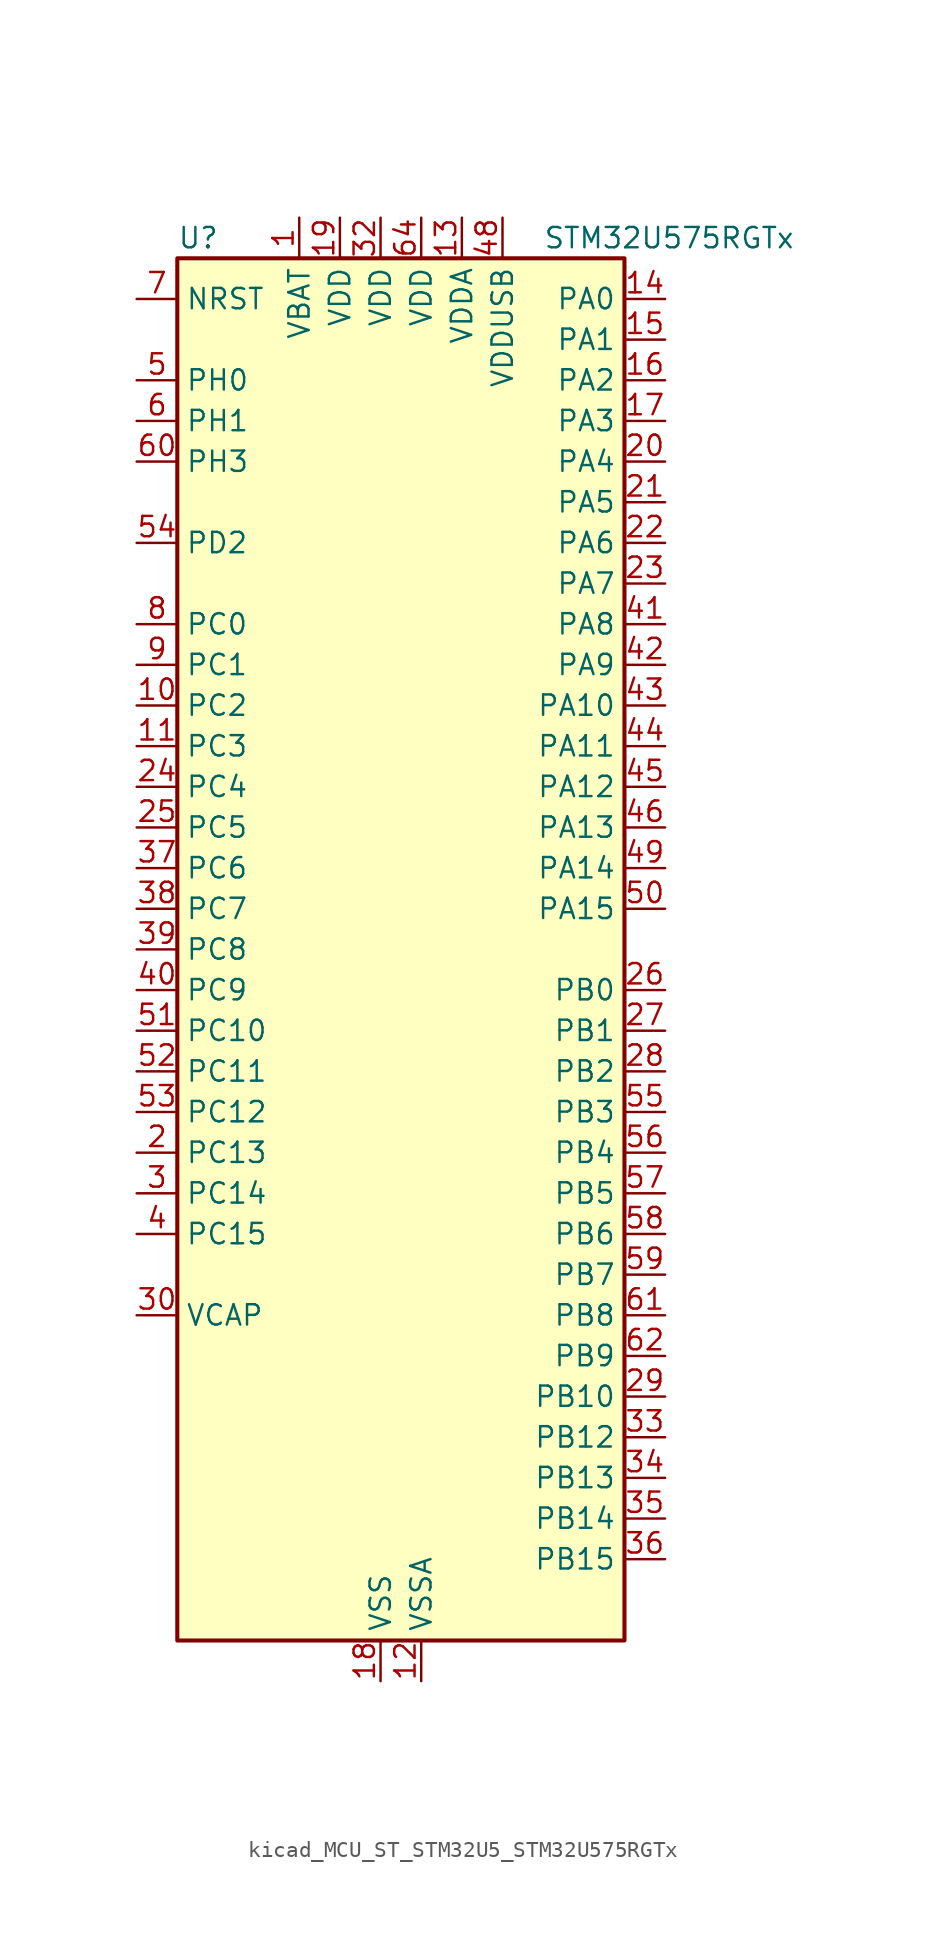
<source format=kicad_sym>
(kicad_symbol_lib
  (version 20220914)
  (generator kicad_symbol_editor)
  (symbol "kicad_MCU_ST_STM32U5_STM32U575RGTx"
    (property "Reference" "U"
      (at -12.7 44.45 0)
      (effects (font (size 1.27 1.27)) (justify left)))
    (property "Value" "STM32U575RGTx"
      (at 10.16 44.45 0)
      (effects (font (size 1.27 1.27)) (justify left)))
    (property "ki_locked" ""
      (at 0 0 0)
      (effects (font (size 1.27 1.27))))
    (symbol "kicad_MCU_ST_STM32U5_STM32U575RGTx_0_1"
      (rectangle (start -12.7 -43.18) (end 15.24 43.18) (stroke (width 0.254) (type default)) (fill (type background))))
    (symbol "kicad_MCU_ST_STM32U5_STM32U575RGTx_1_1"
      (pin power_in line (at -5.08 45.72 270) (length 2.54) (name "VBAT" (effects (font (size 1.27 1.27)))) (number "1" (effects (font (size 1.27 1.27)))))
      (pin bidirectional line (at -15.24 15.24 0) (length 2.54) (name "PC2" (effects (font (size 1.27 1.27)))) (number "10" (effects (font (size 1.27 1.27)))) (alternate "ADC1_IN3" bidirectional line) (alternate "ADC4_IN3" bidirectional line) (alternate "LPTIM1_IN2" bidirectional line) (alternate "MDF1_CCK1" bidirectional line) (alternate "OCTOSPIM_P1_IO5" bidirectional line) (alternate "SPI2_MISO" bidirectional line))
      (pin bidirectional line (at -15.24 12.7 0) (length 2.54) (name "PC3" (effects (font (size 1.27 1.27)))) (number "11" (effects (font (size 1.27 1.27)))) (alternate "ADC1_IN4" bidirectional line) (alternate "ADC4_IN4" bidirectional line) (alternate "LPTIM1_ETR" bidirectional line) (alternate "LPTIM2_ETR" bidirectional line) (alternate "LPTIM3_CH1" bidirectional line) (alternate "OCTOSPIM_P1_IO6" bidirectional line) (alternate "SAI1_D1" bidirectional line) (alternate "SAI1_SD_A" bidirectional line) (alternate "SPI2_MOSI" bidirectional line))
      (pin power_in line (at 2.54 -45.72 90) (length 2.54) (name "VSSA" (effects (font (size 1.27 1.27)))) (number "12" (effects (font (size 1.27 1.27)))))
      (pin power_in line (at 5.08 45.72 270) (length 2.54) (name "VDDA" (effects (font (size 1.27 1.27)))) (number "13" (effects (font (size 1.27 1.27)))))
      (pin bidirectional line (at 17.78 40.64 180) (length 2.54) (name "PA0" (effects (font (size 1.27 1.27)))) (number "14" (effects (font (size 1.27 1.27)))) (alternate "ADC1_IN5" bidirectional line) (alternate "AUDIOCLK" bidirectional line) (alternate "OCTOSPIM_P2_NCS" bidirectional line) (alternate "OPAMP1_VINP" bidirectional line) (alternate "PWR_WKUP1" bidirectional line) (alternate "SDMMC2_CMD" bidirectional line) (alternate "SPI3_RDY" bidirectional line) (alternate "TAMP_IN2" bidirectional line) (alternate "TAMP_OUT1" bidirectional line) (alternate "TIM2_CH1" bidirectional line) (alternate "TIM2_ETR" bidirectional line) (alternate "TIM5_CH1" bidirectional line) (alternate "TIM8_ETR" bidirectional line) (alternate "UART4_TX" bidirectional line) (alternate "USART2_CTS" bidirectional line))
      (pin bidirectional line (at 17.78 38.1 180) (length 2.54) (name "PA1" (effects (font (size 1.27 1.27)))) (number "15" (effects (font (size 1.27 1.27)))) (alternate "ADC1_IN6" bidirectional line) (alternate "I2C1_SMBA" bidirectional line) (alternate "LPTIM1_CH2" bidirectional line) (alternate "OCTOSPIM_P1_DQS" bidirectional line) (alternate "OPAMP1_VINM" bidirectional line) (alternate "PWR_WKUP3" bidirectional line) (alternate "SPI1_SCK" bidirectional line) (alternate "TAMP_IN5" bidirectional line) (alternate "TAMP_OUT4" bidirectional line) (alternate "TIM15_CH1N" bidirectional line) (alternate "TIM2_CH2" bidirectional line) (alternate "TIM5_CH2" bidirectional line) (alternate "UART4_RX" bidirectional line) (alternate "USART2_DE" bidirectional line) (alternate "USART2_RTS" bidirectional line))
      (pin bidirectional line (at 17.78 35.56 180) (length 2.54) (name "PA2" (effects (font (size 1.27 1.27)))) (number "16" (effects (font (size 1.27 1.27)))) (alternate "ADC1_IN7" bidirectional line) (alternate "COMP1_INP" bidirectional line) (alternate "LPUART1_TX" bidirectional line) (alternate "OCTOSPIM_P1_NCS" bidirectional line) (alternate "PWR_WKUP4" bidirectional line) (alternate "RCC_LSCO" bidirectional line) (alternate "SPI1_RDY" bidirectional line) (alternate "TIM15_CH1" bidirectional line) (alternate "TIM2_CH3" bidirectional line) (alternate "TIM5_CH3" bidirectional line) (alternate "UCPD1_FRSTX1" bidirectional line) (alternate "USART2_TX" bidirectional line))
      (pin bidirectional line (at 17.78 33.02 180) (length 2.54) (name "PA3" (effects (font (size 1.27 1.27)))) (number "17" (effects (font (size 1.27 1.27)))) (alternate "ADC1_IN8" bidirectional line) (alternate "LPUART1_RX" bidirectional line) (alternate "OCTOSPIM_P1_CLK" bidirectional line) (alternate "OPAMP1_VOUT" bidirectional line) (alternate "PWR_WKUP5" bidirectional line) (alternate "SAI1_CK1" bidirectional line) (alternate "SAI1_MCLK_A" bidirectional line) (alternate "TIM15_CH2" bidirectional line) (alternate "TIM2_CH4" bidirectional line) (alternate "TIM5_CH4" bidirectional line) (alternate "USART2_RX" bidirectional line))
      (pin power_in line (at 0 -45.72 90) (length 2.54) (name "VSS" (effects (font (size 1.27 1.27)))) (number "18" (effects (font (size 1.27 1.27)))))
      (pin power_in line (at -2.54 45.72 270) (length 2.54) (name "VDD" (effects (font (size 1.27 1.27)))) (number "19" (effects (font (size 1.27 1.27)))))
      (pin bidirectional line (at -15.24 -12.7 0) (length 2.54) (name "PC13" (effects (font (size 1.27 1.27)))) (number "2" (effects (font (size 1.27 1.27)))) (alternate "PWR_WKUP2" bidirectional line) (alternate "RTC_OUT1" bidirectional line) (alternate "RTC_TS" bidirectional line) (alternate "TAMP_IN1" bidirectional line) (alternate "TAMP_OUT2" bidirectional line))
      (pin bidirectional line (at 17.78 30.48 180) (length 2.54) (name "PA4" (effects (font (size 1.27 1.27)))) (number "20" (effects (font (size 1.27 1.27)))) (alternate "ADC1_IN9" bidirectional line) (alternate "ADC4_IN9" bidirectional line) (alternate "DAC1_OUT1" bidirectional line) (alternate "DCMI_HSYNC" bidirectional line) (alternate "LPTIM2_CH1" bidirectional line) (alternate "OCTOSPIM_P1_NCS" bidirectional line) (alternate "PSSI_DE" bidirectional line) (alternate "PWR_WKUP2" bidirectional line) (alternate "SAI1_FS_B" bidirectional line) (alternate "SPI1_NSS" bidirectional line) (alternate "SPI3_NSS" bidirectional line) (alternate "USART2_CK" bidirectional line))
      (pin bidirectional line (at 17.78 27.94 180) (length 2.54) (name "PA5" (effects (font (size 1.27 1.27)))) (number "21" (effects (font (size 1.27 1.27)))) (alternate "ADC1_IN10" bidirectional line) (alternate "ADC4_IN10" bidirectional line) (alternate "DAC1_OUT2" bidirectional line) (alternate "LPTIM2_ETR" bidirectional line) (alternate "PSSI_D14" bidirectional line) (alternate "PWR_CSLEEP" bidirectional line) (alternate "PWR_WKUP6" bidirectional line) (alternate "SPI1_SCK" bidirectional line) (alternate "TIM2_CH1" bidirectional line) (alternate "TIM2_ETR" bidirectional line) (alternate "TIM8_CH1N" bidirectional line) (alternate "USART3_RX" bidirectional line))
      (pin bidirectional line (at 17.78 25.4 180) (length 2.54) (name "PA6" (effects (font (size 1.27 1.27)))) (number "22" (effects (font (size 1.27 1.27)))) (alternate "ADC1_IN11" bidirectional line) (alternate "ADC4_IN11" bidirectional line) (alternate "DCMI_PIXCLK" bidirectional line) (alternate "LPUART1_CTS" bidirectional line) (alternate "OCTOSPIM_P1_IO3" bidirectional line) (alternate "OPAMP2_VINP" bidirectional line) (alternate "PSSI_PDCK" bidirectional line) (alternate "PWR_CDSTOP" bidirectional line) (alternate "PWR_WKUP7" bidirectional line) (alternate "SPI1_MISO" bidirectional line) (alternate "TIM16_CH1" bidirectional line) (alternate "TIM1_BKIN" bidirectional line) (alternate "TIM3_CH1" bidirectional line) (alternate "TIM8_BKIN" bidirectional line) (alternate "USART3_CTS" bidirectional line))
      (pin bidirectional line (at 17.78 22.86 180) (length 2.54) (name "PA7" (effects (font (size 1.27 1.27)))) (number "23" (effects (font (size 1.27 1.27)))) (alternate "ADC1_IN12" bidirectional line) (alternate "ADC4_IN20" bidirectional line) (alternate "I2C3_SCL" bidirectional line) (alternate "LPTIM2_CH2" bidirectional line) (alternate "OCTOSPIM_P1_IO2" bidirectional line) (alternate "OPAMP2_VINM" bidirectional line) (alternate "PWR_SRDSTOP" bidirectional line) (alternate "PWR_WKUP8" bidirectional line) (alternate "SPI1_MOSI" bidirectional line) (alternate "TIM17_CH1" bidirectional line) (alternate "TIM1_CH1N" bidirectional line) (alternate "TIM3_CH2" bidirectional line) (alternate "TIM8_CH1N" bidirectional line) (alternate "USART3_TX" bidirectional line))
      (pin bidirectional line (at -15.24 10.16 0) (length 2.54) (name "PC4" (effects (font (size 1.27 1.27)))) (number "24" (effects (font (size 1.27 1.27)))) (alternate "ADC1_IN13" bidirectional line) (alternate "ADC4_IN22" bidirectional line) (alternate "COMP1_INM" bidirectional line) (alternate "OCTOSPIM_P1_IO7" bidirectional line) (alternate "USART3_TX" bidirectional line))
      (pin bidirectional line (at -15.24 7.62 0) (length 2.54) (name "PC5" (effects (font (size 1.27 1.27)))) (number "25" (effects (font (size 1.27 1.27)))) (alternate "ADC1_IN14" bidirectional line) (alternate "ADC4_IN23" bidirectional line) (alternate "COMP1_INP" bidirectional line) (alternate "PSSI_D15" bidirectional line) (alternate "PWR_WKUP5" bidirectional line) (alternate "SAI1_D3" bidirectional line) (alternate "TAMP_IN4" bidirectional line) (alternate "TAMP_OUT5" bidirectional line) (alternate "TIM1_CH4N" bidirectional line) (alternate "USART3_RX" bidirectional line))
      (pin bidirectional line (at 17.78 -2.54 180) (length 2.54) (name "PB0" (effects (font (size 1.27 1.27)))) (number "26" (effects (font (size 1.27 1.27)))) (alternate "ADC1_IN15" bidirectional line) (alternate "ADC4_IN18" bidirectional line) (alternate "AUDIOCLK" bidirectional line) (alternate "COMP1_OUT" bidirectional line) (alternate "LPTIM3_CH1" bidirectional line) (alternate "OCTOSPIM_P1_IO1" bidirectional line) (alternate "OPAMP2_VOUT" bidirectional line) (alternate "SPI1_NSS" bidirectional line) (alternate "TIM1_CH2N" bidirectional line) (alternate "TIM3_CH3" bidirectional line) (alternate "TIM8_CH2N" bidirectional line) (alternate "USART3_CK" bidirectional line))
      (pin bidirectional line (at 17.78 -5.08 180) (length 2.54) (name "PB1" (effects (font (size 1.27 1.27)))) (number "27" (effects (font (size 1.27 1.27)))) (alternate "ADC1_IN16" bidirectional line) (alternate "ADC4_IN19" bidirectional line) (alternate "COMP1_INM" bidirectional line) (alternate "LPTIM2_IN1" bidirectional line) (alternate "LPTIM3_CH2" bidirectional line) (alternate "LPUART1_DE" bidirectional line) (alternate "LPUART1_RTS" bidirectional line) (alternate "MDF1_SDI0" bidirectional line) (alternate "OCTOSPIM_P1_IO0" bidirectional line) (alternate "PWR_WKUP4" bidirectional line) (alternate "TIM1_CH3N" bidirectional line) (alternate "TIM3_CH4" bidirectional line) (alternate "TIM8_CH3N" bidirectional line) (alternate "USART3_DE" bidirectional line) (alternate "USART3_RTS" bidirectional line))
      (pin bidirectional line (at 17.78 -7.62 180) (length 2.54) (name "PB2" (effects (font (size 1.27 1.27)))) (number "28" (effects (font (size 1.27 1.27)))) (alternate "ADC1_IN17" bidirectional line) (alternate "COMP1_INP" bidirectional line) (alternate "I2C3_SMBA" bidirectional line) (alternate "LPTIM1_CH1" bidirectional line) (alternate "MDF1_CKI0" bidirectional line) (alternate "OCTOSPIM_P1_DQS" bidirectional line) (alternate "PWR_WKUP1" bidirectional line) (alternate "RTC_OUT2" bidirectional line) (alternate "SPI1_RDY" bidirectional line) (alternate "TIM8_CH4N" bidirectional line) (alternate "UCPD1_FRSTX1" bidirectional line))
      (pin bidirectional line (at 17.78 -27.94 180) (length 2.54) (name "PB10" (effects (font (size 1.27 1.27)))) (number "29" (effects (font (size 1.27 1.27)))) (alternate "COMP1_OUT" bidirectional line) (alternate "I2C2_SCL" bidirectional line) (alternate "I2C4_SCL" bidirectional line) (alternate "LPTIM3_CH1" bidirectional line) (alternate "LPUART1_RX" bidirectional line) (alternate "OCTOSPIM_P1_CLK" bidirectional line) (alternate "PWR_WKUP8" bidirectional line) (alternate "SAI1_SCK_A" bidirectional line) (alternate "SPI2_SCK" bidirectional line) (alternate "TIM2_CH3" bidirectional line) (alternate "TSC_SYNC" bidirectional line) (alternate "USART3_TX" bidirectional line))
      (pin bidirectional line (at -15.24 -15.24 0) (length 2.54) (name "PC14" (effects (font (size 1.27 1.27)))) (number "3" (effects (font (size 1.27 1.27)))) (alternate "RCC_OSC32_IN" bidirectional line))
      (pin power_out line (at -15.24 -22.86 0) (length 2.54) (name "VCAP" (effects (font (size 1.27 1.27)))) (number "30" (effects (font (size 1.27 1.27)))))
      (pin passive line (at 0 -45.72 90) (length 2.54) hide (name "VSS" (effects (font (size 1.27 1.27)))) (number "31" (effects (font (size 1.27 1.27)))))
      (pin power_in line (at 0 45.72 270) (length 2.54) (name "VDD" (effects (font (size 1.27 1.27)))) (number "32" (effects (font (size 1.27 1.27)))))
      (pin bidirectional line (at 17.78 -30.48 180) (length 2.54) (name "PB12" (effects (font (size 1.27 1.27)))) (number "33" (effects (font (size 1.27 1.27)))) (alternate "I2C2_SMBA" bidirectional line) (alternate "LPUART1_DE" bidirectional line) (alternate "LPUART1_RTS" bidirectional line) (alternate "MDF1_SDI1" bidirectional line) (alternate "OCTOSPIM_P1_NCLK" bidirectional line) (alternate "SPI2_NSS" bidirectional line) (alternate "TIM15_BKIN" bidirectional line) (alternate "TIM1_BKIN" bidirectional line) (alternate "TSC_G1_IO1" bidirectional line) (alternate "USART3_CK" bidirectional line))
      (pin bidirectional line (at 17.78 -33.02 180) (length 2.54) (name "PB13" (effects (font (size 1.27 1.27)))) (number "34" (effects (font (size 1.27 1.27)))) (alternate "I2C2_SCL" bidirectional line) (alternate "LPTIM3_IN1" bidirectional line) (alternate "LPUART1_CTS" bidirectional line) (alternate "MDF1_CKI1" bidirectional line) (alternate "SPI2_SCK" bidirectional line) (alternate "TIM15_CH1N" bidirectional line) (alternate "TIM1_CH1N" bidirectional line) (alternate "TSC_G1_IO2" bidirectional line) (alternate "USART3_CTS" bidirectional line))
      (pin bidirectional line (at 17.78 -35.56 180) (length 2.54) (name "PB14" (effects (font (size 1.27 1.27)))) (number "35" (effects (font (size 1.27 1.27)))) (alternate "I2C2_SDA" bidirectional line) (alternate "LPTIM3_ETR" bidirectional line) (alternate "MDF1_SDI2" bidirectional line) (alternate "SDMMC2_D0" bidirectional line) (alternate "SPI2_MISO" bidirectional line) (alternate "TIM15_CH1" bidirectional line) (alternate "TIM1_CH2N" bidirectional line) (alternate "TIM8_CH2N" bidirectional line) (alternate "TSC_G1_IO3" bidirectional line) (alternate "UCPD1_DBCC2" bidirectional line) (alternate "USART3_DE" bidirectional line) (alternate "USART3_RTS" bidirectional line))
      (pin bidirectional line (at 17.78 -38.1 180) (length 2.54) (name "PB15" (effects (font (size 1.27 1.27)))) (number "36" (effects (font (size 1.27 1.27)))) (alternate "ADC1_EXTI15" bidirectional line) (alternate "ADC4_EXTI15" bidirectional line) (alternate "LPTIM2_IN2" bidirectional line) (alternate "MDF1_CKI2" bidirectional line) (alternate "PWR_WKUP7" bidirectional line) (alternate "RTC_REFIN" bidirectional line) (alternate "SDMMC2_D1" bidirectional line) (alternate "SPI2_MOSI" bidirectional line) (alternate "TIM15_CH2" bidirectional line) (alternate "TIM1_CH3N" bidirectional line) (alternate "TIM8_CH3N" bidirectional line) (alternate "UCPD1_CC2" bidirectional line))
      (pin bidirectional line (at -15.24 5.08 0) (length 2.54) (name "PC6" (effects (font (size 1.27 1.27)))) (number "37" (effects (font (size 1.27 1.27)))) (alternate "DCMI_D0" bidirectional line) (alternate "MDF1_CKI3" bidirectional line) (alternate "PSSI_D0" bidirectional line) (alternate "PWR_CSLEEP" bidirectional line) (alternate "SDMMC1_D0DIR" bidirectional line) (alternate "SDMMC1_D6" bidirectional line) (alternate "SDMMC2_D6" bidirectional line) (alternate "TIM3_CH1" bidirectional line) (alternate "TIM8_CH1" bidirectional line) (alternate "TSC_G4_IO1" bidirectional line))
      (pin bidirectional line (at -15.24 2.54 0) (length 2.54) (name "PC7" (effects (font (size 1.27 1.27)))) (number "38" (effects (font (size 1.27 1.27)))) (alternate "DCMI_D1" bidirectional line) (alternate "LPTIM2_CH2" bidirectional line) (alternate "MDF1_SDI3" bidirectional line) (alternate "PSSI_D1" bidirectional line) (alternate "PWR_CDSTOP" bidirectional line) (alternate "SDMMC1_D123DIR" bidirectional line) (alternate "SDMMC1_D7" bidirectional line) (alternate "SDMMC2_D7" bidirectional line) (alternate "TIM3_CH2" bidirectional line) (alternate "TIM8_CH2" bidirectional line) (alternate "TSC_G4_IO2" bidirectional line))
      (pin bidirectional line (at -15.24 0 0) (length 2.54) (name "PC8" (effects (font (size 1.27 1.27)))) (number "39" (effects (font (size 1.27 1.27)))) (alternate "DCMI_D2" bidirectional line) (alternate "LPTIM3_CH1" bidirectional line) (alternate "PSSI_D2" bidirectional line) (alternate "PWR_SRDSTOP" bidirectional line) (alternate "SDMMC1_D0" bidirectional line) (alternate "TIM3_CH3" bidirectional line) (alternate "TIM8_CH3" bidirectional line) (alternate "TSC_G4_IO3" bidirectional line))
      (pin bidirectional line (at -15.24 -17.78 0) (length 2.54) (name "PC15" (effects (font (size 1.27 1.27)))) (number "4" (effects (font (size 1.27 1.27)))) (alternate "ADC1_EXTI15" bidirectional line) (alternate "ADC4_EXTI15" bidirectional line) (alternate "RCC_OSC32_OUT" bidirectional line))
      (pin bidirectional line (at -15.24 -2.54 0) (length 2.54) (name "PC9" (effects (font (size 1.27 1.27)))) (number "40" (effects (font (size 1.27 1.27)))) (alternate "DAC1_EXTI9" bidirectional line) (alternate "DCMI_D3" bidirectional line) (alternate "DEBUG_TRACED0" bidirectional line) (alternate "LPTIM3_CH2" bidirectional line) (alternate "PSSI_D3" bidirectional line) (alternate "SDMMC1_D1" bidirectional line) (alternate "TIM3_CH4" bidirectional line) (alternate "TIM8_BKIN2" bidirectional line) (alternate "TIM8_CH4" bidirectional line) (alternate "TSC_G4_IO4" bidirectional line) (alternate "USB_OTG_FS_NOE" bidirectional line))
      (pin bidirectional line (at 17.78 20.32 180) (length 2.54) (name "PA8" (effects (font (size 1.27 1.27)))) (number "41" (effects (font (size 1.27 1.27)))) (alternate "DEBUG_TRACECLK" bidirectional line) (alternate "LPTIM2_CH1" bidirectional line) (alternate "RCC_MCO" bidirectional line) (alternate "SAI1_CK2" bidirectional line) (alternate "SAI1_SCK_A" bidirectional line) (alternate "SPI1_RDY" bidirectional line) (alternate "TIM1_CH1" bidirectional line) (alternate "USART1_CK" bidirectional line) (alternate "USB_OTG_FS_SOF" bidirectional line))
      (pin bidirectional line (at 17.78 17.78 180) (length 2.54) (name "PA9" (effects (font (size 1.27 1.27)))) (number "42" (effects (font (size 1.27 1.27)))) (alternate "DAC1_EXTI9" bidirectional line) (alternate "DCMI_D0" bidirectional line) (alternate "PSSI_D0" bidirectional line) (alternate "SAI1_FS_A" bidirectional line) (alternate "SPI2_SCK" bidirectional line) (alternate "TIM15_BKIN" bidirectional line) (alternate "TIM1_CH2" bidirectional line) (alternate "USART1_TX" bidirectional line) (alternate "USB_OTG_FS_VBUS" bidirectional line))
      (pin bidirectional line (at 17.78 15.24 180) (length 2.54) (name "PA10" (effects (font (size 1.27 1.27)))) (number "43" (effects (font (size 1.27 1.27)))) (alternate "CRS_SYNC" bidirectional line) (alternate "DCMI_D1" bidirectional line) (alternate "LPTIM2_IN2" bidirectional line) (alternate "PSSI_D1" bidirectional line) (alternate "SAI1_D1" bidirectional line) (alternate "SAI1_SD_A" bidirectional line) (alternate "TIM17_BKIN" bidirectional line) (alternate "TIM1_CH3" bidirectional line) (alternate "USART1_RX" bidirectional line) (alternate "USB_OTG_FS_ID" bidirectional line))
      (pin bidirectional line (at 17.78 12.7 180) (length 2.54) (name "PA11" (effects (font (size 1.27 1.27)))) (number "44" (effects (font (size 1.27 1.27)))) (alternate "ADC1_EXTI11" bidirectional line) (alternate "FDCAN1_RX" bidirectional line) (alternate "SPI1_MISO" bidirectional line) (alternate "TIM1_BKIN2" bidirectional line) (alternate "TIM1_CH4" bidirectional line) (alternate "USART1_CTS" bidirectional line) (alternate "USB_OTG_FS_DM" bidirectional line))
      (pin bidirectional line (at 17.78 10.16 180) (length 2.54) (name "PA12" (effects (font (size 1.27 1.27)))) (number "45" (effects (font (size 1.27 1.27)))) (alternate "FDCAN1_TX" bidirectional line) (alternate "OCTOSPIM_P2_NCS" bidirectional line) (alternate "SPI1_MOSI" bidirectional line) (alternate "TIM1_ETR" bidirectional line) (alternate "USART1_DE" bidirectional line) (alternate "USART1_RTS" bidirectional line) (alternate "USB_OTG_FS_DP" bidirectional line))
      (pin bidirectional line (at 17.78 7.62 180) (length 2.54) (name "PA13" (effects (font (size 1.27 1.27)))) (number "46" (effects (font (size 1.27 1.27)))) (alternate "DEBUG_JTMS-SWDIO" bidirectional line) (alternate "IR_OUT" bidirectional line) (alternate "SAI1_SD_B" bidirectional line) (alternate "USB_OTG_FS_NOE" bidirectional line))
      (pin passive line (at 0 -45.72 90) (length 2.54) hide (name "VSS" (effects (font (size 1.27 1.27)))) (number "47" (effects (font (size 1.27 1.27)))))
      (pin power_in line (at 7.62 45.72 270) (length 2.54) (name "VDDUSB" (effects (font (size 1.27 1.27)))) (number "48" (effects (font (size 1.27 1.27)))))
      (pin bidirectional line (at 17.78 5.08 180) (length 2.54) (name "PA14" (effects (font (size 1.27 1.27)))) (number "49" (effects (font (size 1.27 1.27)))) (alternate "DEBUG_JTCK-SWCLK" bidirectional line) (alternate "I2C1_SMBA" bidirectional line) (alternate "I2C4_SMBA" bidirectional line) (alternate "LPTIM1_CH1" bidirectional line) (alternate "SAI1_FS_B" bidirectional line) (alternate "USB_OTG_FS_SOF" bidirectional line))
      (pin bidirectional line (at -15.24 35.56 0) (length 2.54) (name "PH0" (effects (font (size 1.27 1.27)))) (number "5" (effects (font (size 1.27 1.27)))) (alternate "RCC_OSC_IN" bidirectional line))
      (pin bidirectional line (at 17.78 2.54 180) (length 2.54) (name "PA15" (effects (font (size 1.27 1.27)))) (number "50" (effects (font (size 1.27 1.27)))) (alternate "ADC1_EXTI15" bidirectional line) (alternate "ADC4_EXTI15" bidirectional line) (alternate "DEBUG_JTDI" bidirectional line) (alternate "SPI1_NSS" bidirectional line) (alternate "SPI3_NSS" bidirectional line) (alternate "TIM2_CH1" bidirectional line) (alternate "TIM2_ETR" bidirectional line) (alternate "UART4_DE" bidirectional line) (alternate "UART4_RTS" bidirectional line) (alternate "UCPD1_CC1" bidirectional line) (alternate "USART2_RX" bidirectional line) (alternate "USART3_DE" bidirectional line) (alternate "USART3_RTS" bidirectional line))
      (pin bidirectional line (at -15.24 -5.08 0) (length 2.54) (name "PC10" (effects (font (size 1.27 1.27)))) (number "51" (effects (font (size 1.27 1.27)))) (alternate "ADF1_CCK1" bidirectional line) (alternate "DCMI_D8" bidirectional line) (alternate "DEBUG_TRACED1" bidirectional line) (alternate "LPTIM3_ETR" bidirectional line) (alternate "PSSI_D8" bidirectional line) (alternate "SDMMC1_D2" bidirectional line) (alternate "SPI3_SCK" bidirectional line) (alternate "TSC_G3_IO2" bidirectional line) (alternate "UART4_TX" bidirectional line) (alternate "USART3_TX" bidirectional line))
      (pin bidirectional line (at -15.24 -7.62 0) (length 2.54) (name "PC11" (effects (font (size 1.27 1.27)))) (number "52" (effects (font (size 1.27 1.27)))) (alternate "ADC1_EXTI11" bidirectional line) (alternate "ADF1_SDI0" bidirectional line) (alternate "DCMI_D2" bidirectional line) (alternate "DCMI_D4" bidirectional line) (alternate "LPTIM3_IN1" bidirectional line) (alternate "OCTOSPIM_P1_NCS" bidirectional line) (alternate "PSSI_D2" bidirectional line) (alternate "PSSI_D4" bidirectional line) (alternate "SDMMC1_D3" bidirectional line) (alternate "SPI3_MISO" bidirectional line) (alternate "TSC_G3_IO3" bidirectional line) (alternate "UART4_RX" bidirectional line) (alternate "UCPD1_FRSTX2" bidirectional line) (alternate "USART3_RX" bidirectional line))
      (pin bidirectional line (at -15.24 -10.16 0) (length 2.54) (name "PC12" (effects (font (size 1.27 1.27)))) (number "53" (effects (font (size 1.27 1.27)))) (alternate "DCMI_D9" bidirectional line) (alternate "DEBUG_TRACED3" bidirectional line) (alternate "PSSI_D9" bidirectional line) (alternate "SDMMC1_CK" bidirectional line) (alternate "SPI3_MOSI" bidirectional line) (alternate "TSC_G3_IO4" bidirectional line) (alternate "UART5_TX" bidirectional line) (alternate "USART3_CK" bidirectional line))
      (pin bidirectional line (at -15.24 25.4 0) (length 2.54) (name "PD2" (effects (font (size 1.27 1.27)))) (number "54" (effects (font (size 1.27 1.27)))) (alternate "DCMI_D11" bidirectional line) (alternate "DEBUG_TRACED2" bidirectional line) (alternate "LPTIM4_ETR" bidirectional line) (alternate "PSSI_D11" bidirectional line) (alternate "SDMMC1_CMD" bidirectional line) (alternate "TIM3_ETR" bidirectional line) (alternate "TSC_SYNC" bidirectional line) (alternate "UART5_RX" bidirectional line) (alternate "USART3_DE" bidirectional line) (alternate "USART3_RTS" bidirectional line))
      (pin bidirectional line (at 17.78 -10.16 180) (length 2.54) (name "PB3" (effects (font (size 1.27 1.27)))) (number "55" (effects (font (size 1.27 1.27)))) (alternate "ADF1_CCK0" bidirectional line) (alternate "COMP2_INM" bidirectional line) (alternate "CRS_SYNC" bidirectional line) (alternate "DEBUG_JTDO-SWO" bidirectional line) (alternate "I2C1_SDA" bidirectional line) (alternate "LPTIM1_CH1" bidirectional line) (alternate "SAI1_SCK_B" bidirectional line) (alternate "SDMMC2_D2" bidirectional line) (alternate "SPI1_SCK" bidirectional line) (alternate "SPI3_SCK" bidirectional line) (alternate "TIM2_CH2" bidirectional line) (alternate "USART1_DE" bidirectional line) (alternate "USART1_RTS" bidirectional line))
      (pin bidirectional line (at 17.78 -12.7 180) (length 2.54) (name "PB4" (effects (font (size 1.27 1.27)))) (number "56" (effects (font (size 1.27 1.27)))) (alternate "ADF1_SDI0" bidirectional line) (alternate "COMP2_INP" bidirectional line) (alternate "DCMI_D12" bidirectional line) (alternate "DEBUG_JTRST" bidirectional line) (alternate "I2C3_SDA" bidirectional line) (alternate "LPTIM1_CH2" bidirectional line) (alternate "PSSI_D12" bidirectional line) (alternate "SAI1_MCLK_B" bidirectional line) (alternate "SDMMC2_D3" bidirectional line) (alternate "SPI1_MISO" bidirectional line) (alternate "SPI3_MISO" bidirectional line) (alternate "TIM17_BKIN" bidirectional line) (alternate "TIM3_CH1" bidirectional line) (alternate "TSC_G2_IO1" bidirectional line) (alternate "UART5_DE" bidirectional line) (alternate "UART5_RTS" bidirectional line) (alternate "USART1_CTS" bidirectional line))
      (pin bidirectional line (at 17.78 -15.24 180) (length 2.54) (name "PB5" (effects (font (size 1.27 1.27)))) (number "57" (effects (font (size 1.27 1.27)))) (alternate "COMP2_OUT" bidirectional line) (alternate "DCMI_D10" bidirectional line) (alternate "I2C1_SMBA" bidirectional line) (alternate "LPTIM1_IN1" bidirectional line) (alternate "OCTOSPIM_P1_NCLK" bidirectional line) (alternate "PSSI_D10" bidirectional line) (alternate "PWR_WKUP6" bidirectional line) (alternate "SAI1_SD_B" bidirectional line) (alternate "SPI1_MOSI" bidirectional line) (alternate "SPI3_MOSI" bidirectional line) (alternate "TIM16_BKIN" bidirectional line) (alternate "TIM3_CH2" bidirectional line) (alternate "TSC_G2_IO2" bidirectional line) (alternate "UART5_CTS" bidirectional line) (alternate "UCPD1_DBCC1" bidirectional line) (alternate "USART1_CK" bidirectional line))
      (pin bidirectional line (at 17.78 -17.78 180) (length 2.54) (name "PB6" (effects (font (size 1.27 1.27)))) (number "58" (effects (font (size 1.27 1.27)))) (alternate "COMP2_INP" bidirectional line) (alternate "DCMI_D5" bidirectional line) (alternate "I2C1_SCL" bidirectional line) (alternate "I2C4_SCL" bidirectional line) (alternate "LPTIM1_ETR" bidirectional line) (alternate "MDF1_SDI5" bidirectional line) (alternate "PSSI_D5" bidirectional line) (alternate "PWR_WKUP3" bidirectional line) (alternate "SAI1_FS_B" bidirectional line) (alternate "TIM16_CH1N" bidirectional line) (alternate "TIM4_CH1" bidirectional line) (alternate "TIM8_BKIN2" bidirectional line) (alternate "TSC_G2_IO3" bidirectional line) (alternate "USART1_TX" bidirectional line))
      (pin bidirectional line (at 17.78 -20.32 180) (length 2.54) (name "PB7" (effects (font (size 1.27 1.27)))) (number "59" (effects (font (size 1.27 1.27)))) (alternate "COMP2_INM" bidirectional line) (alternate "DCMI_VSYNC" bidirectional line) (alternate "I2C1_SDA" bidirectional line) (alternate "I2C4_SDA" bidirectional line) (alternate "LPTIM1_IN2" bidirectional line) (alternate "MDF1_CKI5" bidirectional line) (alternate "PSSI_RDY" bidirectional line) (alternate "PWR_PVD_IN" bidirectional line) (alternate "PWR_WKUP4" bidirectional line) (alternate "TIM17_CH1N" bidirectional line) (alternate "TIM4_CH2" bidirectional line) (alternate "TIM8_BKIN" bidirectional line) (alternate "TSC_G2_IO4" bidirectional line) (alternate "UART4_CTS" bidirectional line) (alternate "USART1_RX" bidirectional line))
      (pin bidirectional line (at -15.24 33.02 0) (length 2.54) (name "PH1" (effects (font (size 1.27 1.27)))) (number "6" (effects (font (size 1.27 1.27)))) (alternate "RCC_OSC_OUT" bidirectional line))
      (pin bidirectional line (at -15.24 30.48 0) (length 2.54) (name "PH3" (effects (font (size 1.27 1.27)))) (number "60" (effects (font (size 1.27 1.27)))))
      (pin bidirectional line (at 17.78 -22.86 180) (length 2.54) (name "PB8" (effects (font (size 1.27 1.27)))) (number "61" (effects (font (size 1.27 1.27)))) (alternate "DCMI_D6" bidirectional line) (alternate "FDCAN1_RX" bidirectional line) (alternate "I2C1_SCL" bidirectional line) (alternate "MDF1_CCK0" bidirectional line) (alternate "PSSI_D6" bidirectional line) (alternate "PWR_WKUP5" bidirectional line) (alternate "SAI1_CK1" bidirectional line) (alternate "SAI1_MCLK_A" bidirectional line) (alternate "SDMMC1_CKIN" bidirectional line) (alternate "SDMMC1_D4" bidirectional line) (alternate "SDMMC2_D4" bidirectional line) (alternate "SPI3_RDY" bidirectional line) (alternate "TIM16_CH1" bidirectional line) (alternate "TIM4_CH3" bidirectional line))
      (pin bidirectional line (at 17.78 -25.4 180) (length 2.54) (name "PB9" (effects (font (size 1.27 1.27)))) (number "62" (effects (font (size 1.27 1.27)))) (alternate "DAC1_EXTI9" bidirectional line) (alternate "DCMI_D7" bidirectional line) (alternate "FDCAN1_TX" bidirectional line) (alternate "I2C1_SDA" bidirectional line) (alternate "IR_OUT" bidirectional line) (alternate "PSSI_D7" bidirectional line) (alternate "SAI1_D2" bidirectional line) (alternate "SAI1_FS_A" bidirectional line) (alternate "SDMMC1_CDIR" bidirectional line) (alternate "SDMMC1_D5" bidirectional line) (alternate "SDMMC2_D5" bidirectional line) (alternate "SPI2_NSS" bidirectional line) (alternate "TIM17_CH1" bidirectional line) (alternate "TIM4_CH4" bidirectional line))
      (pin passive line (at 0 -45.72 90) (length 2.54) hide (name "VSS" (effects (font (size 1.27 1.27)))) (number "63" (effects (font (size 1.27 1.27)))))
      (pin power_in line (at 2.54 45.72 270) (length 2.54) (name "VDD" (effects (font (size 1.27 1.27)))) (number "64" (effects (font (size 1.27 1.27)))))
      (pin input line (at -15.24 40.64 0) (length 2.54) (name "NRST" (effects (font (size 1.27 1.27)))) (number "7" (effects (font (size 1.27 1.27)))))
      (pin bidirectional line (at -15.24 20.32 0) (length 2.54) (name "PC0" (effects (font (size 1.27 1.27)))) (number "8" (effects (font (size 1.27 1.27)))) (alternate "ADC1_IN1" bidirectional line) (alternate "ADC4_IN1" bidirectional line) (alternate "I2C3_SCL" bidirectional line) (alternate "LPTIM1_IN1" bidirectional line) (alternate "LPTIM2_IN1" bidirectional line) (alternate "LPUART1_RX" bidirectional line) (alternate "MDF1_SDI4" bidirectional line) (alternate "OCTOSPIM_P1_IO7" bidirectional line) (alternate "SDMMC1_D5" bidirectional line) (alternate "SPI2_RDY" bidirectional line))
      (pin bidirectional line (at -15.24 17.78 0) (length 2.54) (name "PC1" (effects (font (size 1.27 1.27)))) (number "9" (effects (font (size 1.27 1.27)))) (alternate "ADC1_IN2" bidirectional line) (alternate "ADC4_IN2" bidirectional line) (alternate "DEBUG_TRACED0" bidirectional line) (alternate "I2C3_SDA" bidirectional line) (alternate "LPTIM1_CH1" bidirectional line) (alternate "LPUART1_TX" bidirectional line) (alternate "MDF1_CKI4" bidirectional line) (alternate "OCTOSPIM_P1_IO4" bidirectional line) (alternate "SAI1_SD_A" bidirectional line) (alternate "SDMMC2_CK" bidirectional line) (alternate "SPI2_MOSI" bidirectional line)))))
</source>
